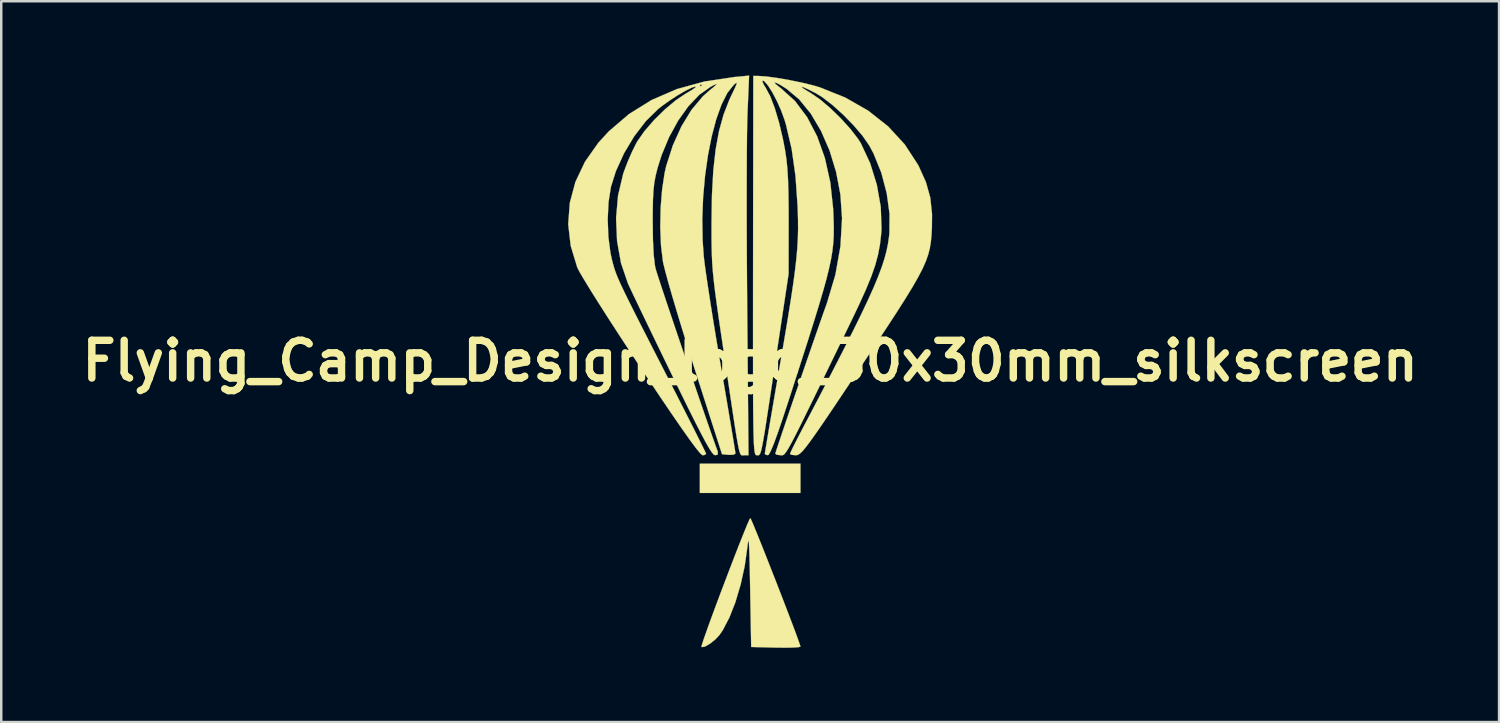
<source format=kicad_pcb>
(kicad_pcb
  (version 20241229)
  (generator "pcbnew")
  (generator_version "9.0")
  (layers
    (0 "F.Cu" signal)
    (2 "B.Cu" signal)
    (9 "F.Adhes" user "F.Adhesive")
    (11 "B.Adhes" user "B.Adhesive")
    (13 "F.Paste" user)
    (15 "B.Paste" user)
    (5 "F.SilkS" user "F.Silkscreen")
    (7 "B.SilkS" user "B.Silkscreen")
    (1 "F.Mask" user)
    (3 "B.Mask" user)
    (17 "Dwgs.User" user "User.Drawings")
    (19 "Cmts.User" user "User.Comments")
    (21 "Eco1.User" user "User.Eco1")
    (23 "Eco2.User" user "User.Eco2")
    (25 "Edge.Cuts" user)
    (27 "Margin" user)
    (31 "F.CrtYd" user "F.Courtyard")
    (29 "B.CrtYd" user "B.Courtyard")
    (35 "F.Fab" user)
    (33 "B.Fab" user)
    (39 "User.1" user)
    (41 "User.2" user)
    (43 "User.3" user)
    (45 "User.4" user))
  (footprint "Flying_Camp_Design_logo_30x30mm_silkscreen"
    (layer "F.Cu")
    (at 27.258 11.533)
    (property "Reference" "Flying_Camp_Design_logo_30x30mm_silkscreen" (at 0 0 0) (layer "F.SilkS") (effects (font (size 1.524 1.524) (thickness 0.3))))
    (attr exclude_from_pos_files exclude_from_bom)
    (fp_poly (pts (xy 2.032 5.334) (xy -2.032 5.334) (xy -2.032 4.149) (xy 2.032 4.149) (xy 2.032 5.334)) (stroke (width 0.01) (type solid)) (fill yes) (layer "F.SilkS"))
    (fp_poly (pts (xy 0.046 6.425) (xy 0.137 6.636) (xy 0.27 6.961) (xy 0.438 7.376) (xy 0.63 7.859) (xy 0.838 8.387) (xy 1.054 8.938) (xy 1.268 9.49) (xy 1.472 10.02) (xy 1.657 10.504) (xy 1.815 10.922) (xy 1.935 11.25) (xy 2.01 11.465) (xy 2.032 11.543) (xy 1.953 11.565) (xy 1.738 11.58) (xy 1.419 11.585) (xy 1.037 11.581) (xy 0.042 11.557) (xy 0 9.186) (xy -0.013 8.506) (xy -0.025 7.984) (xy -0.037 7.61) (xy -0.049 7.374) (xy -0.063 7.265) (xy -0.079 7.273) (xy -0.097 7.387) (xy -0.113 7.533) (xy -0.22 8.289) (xy -0.385 9.039) (xy -0.595 9.746) (xy -0.841 10.372) (xy -1.109 10.883) (xy -1.235 11.067) (xy -1.411 11.256) (xy -1.618 11.421) (xy -1.811 11.534) (xy -1.945 11.563) (xy -1.967 11.552) (xy -1.948 11.466) (xy -1.877 11.245) (xy -1.76 10.912) (xy -1.608 10.49) (xy -1.428 10.001) (xy -1.229 9.468) (xy -1.02 8.915) (xy -0.809 8.362) (xy -0.605 7.834) (xy -0.417 7.353) (xy -0.253 6.941) (xy -0.122 6.621) (xy -0.032 6.417) (xy 0.007 6.35) (xy 0.046 6.425)) (stroke (width 0.01) (type solid)) (fill yes) (layer "F.SilkS"))
    (fp_poly (pts (xy -0.108 -9.976) (xy -0.118 -9.628) (xy -0.127 -9.128) (xy -0.133 -8.496) (xy -0.137 -7.749) (xy -0.139 -6.905) (xy -0.139 -5.984) (xy -0.137 -5.002) (xy -0.132 -3.979) (xy -0.125 -2.932) (xy -0.12 -2.307) (xy -0.067 3.81) (xy -0.243 3.81) (xy -0.29 3.814) (xy -0.328 3.816) (xy -0.362 3.803) (xy -0.394 3.761) (xy -0.426 3.675) (xy -0.462 3.532) (xy -0.504 3.317) (xy -0.556 3.018) (xy -0.62 2.619) (xy -0.698 2.106) (xy -0.794 1.467) (xy -0.91 0.686) (xy -1.031 -0.127) (xy -1.16 -0.993) (xy -1.266 -1.713) (xy -1.351 -2.313) (xy -1.418 -2.813) (xy -1.469 -3.236) (xy -1.506 -3.607) (xy -1.532 -3.946) (xy -1.547 -4.278) (xy -1.556 -4.625) (xy -1.56 -5.01) (xy -1.56 -5.455) (xy -1.56 -5.588) (xy -1.543 -6.711) (xy -1.489 -7.689) (xy -1.394 -8.542) (xy -1.257 -9.29) (xy -1.073 -9.954) (xy -0.84 -10.554) (xy -0.761 -10.722) (xy -0.618 -11.02) (xy -0.548 -11.187) (xy -0.545 -11.242) (xy -0.605 -11.206) (xy -0.665 -11.152) (xy -0.921 -10.829) (xy -1.157 -10.36) (xy -1.369 -9.768) (xy -1.554 -9.074) (xy -1.706 -8.301) (xy -1.823 -7.473) (xy -1.9 -6.611) (xy -1.934 -5.737) (xy -1.92 -4.875) (xy -1.874 -4.224) (xy -1.838 -3.92) (xy -1.776 -3.475) (xy -1.692 -2.911) (xy -1.591 -2.255) (xy -1.475 -1.531) (xy -1.349 -0.762) (xy -1.216 0.025) (xy -1.185 0.208) (xy -1.057 0.953) (xy -0.939 1.646) (xy -0.834 2.269) (xy -0.744 2.806) (xy -0.672 3.238) (xy -0.621 3.546) (xy -0.596 3.714) (xy -0.593 3.739) (xy -0.666 3.788) (xy -0.844 3.796) (xy -0.865 3.794) (xy -1.137 3.768) (xy -2.263 0.254) (xy -2.507 -0.516) (xy -2.74 -1.264) (xy -2.954 -1.968) (xy -3.144 -2.607) (xy -3.303 -3.159) (xy -3.424 -3.604) (xy -3.503 -3.92) (xy -3.524 -4.022) (xy -3.602 -4.669) (xy -3.632 -5.408) (xy -3.616 -6.181) (xy -3.556 -6.932) (xy -3.454 -7.603) (xy -3.392 -7.874) (xy -3.121 -8.715) (xy -2.774 -9.482) (xy -2.366 -10.149) (xy -1.913 -10.687) (xy -1.7 -10.88) (xy -1.463 -11.076) (xy -1.354 -11.176) (xy -1.369 -11.19) (xy -1.503 -11.127) (xy -1.599 -11.076) (xy -2.053 -10.756) (xy -2.495 -10.292) (xy -2.908 -9.712) (xy -3.276 -9.041) (xy -3.581 -8.307) (xy -3.743 -7.789) (xy -3.818 -7.489) (xy -3.871 -7.205) (xy -3.906 -6.9) (xy -3.926 -6.534) (xy -3.935 -6.067) (xy -3.937 -5.63) (xy -3.927 -4.881) (xy -3.897 -4.291) (xy -3.848 -3.864) (xy -3.819 -3.725) (xy -3.774 -3.576) (xy -3.681 -3.288) (xy -3.547 -2.881) (xy -3.379 -2.376) (xy -3.184 -1.795) (xy -2.969 -1.158) (xy -2.741 -0.485) (xy -2.508 0.202) (xy -2.276 0.882) (xy -2.052 1.535) (xy -1.844 2.141) (xy -1.659 2.677) (xy -1.503 3.123) (xy -1.384 3.459) (xy -1.309 3.662) (xy -1.304 3.781) (xy -1.416 3.81) (xy -1.47 3.783) (xy -1.547 3.695) (xy -1.653 3.533) (xy -1.795 3.286) (xy -1.978 2.942) (xy -2.21 2.489) (xy -2.497 1.916) (xy -2.844 1.21) (xy -3.157 0.569) (xy -3.501 -0.139) (xy -3.828 -0.815) (xy -4.131 -1.441) (xy -4.4 -1.999) (xy -4.625 -2.469) (xy -4.798 -2.833) (xy -4.91 -3.072) (xy -4.939 -3.136) (xy -5.217 -3.951) (xy -5.377 -4.844) (xy -5.417 -5.772) (xy -5.336 -6.689) (xy -5.132 -7.552) (xy -5.102 -7.642) (xy -4.948 -8.047) (xy -4.769 -8.458) (xy -4.598 -8.801) (xy -4.561 -8.868) (xy -4.271 -9.283) (xy -3.886 -9.727) (xy -3.449 -10.158) (xy -3.005 -10.531) (xy -2.599 -10.803) (xy -2.579 -10.814) (xy -2.349 -10.948) (xy -2.214 -11.046) (xy -2.2 -11.089) (xy -2.206 -11.089) (xy -2.36 -11.043) (xy -2.61 -10.919) (xy -2.92 -10.738) (xy -3.252 -10.523) (xy -3.567 -10.297) (xy -3.711 -10.184) (xy -4.213 -9.692) (xy -4.685 -9.076) (xy -5.099 -8.384) (xy -5.427 -7.663) (xy -5.626 -7.027) (xy -5.721 -6.422) (xy -5.755 -5.729) (xy -5.729 -5.018) (xy -5.643 -4.358) (xy -5.587 -4.101) (xy -5.546 -3.942) (xy -5.505 -3.796) (xy -5.459 -3.651) (xy -5.4 -3.491) (xy -5.323 -3.304) (xy -5.22 -3.075) (xy -5.085 -2.791) (xy -4.912 -2.438) (xy -4.694 -2.002) (xy -4.424 -1.469) (xy -4.096 -0.826) (xy -3.704 -0.059) (xy -3.279 0.771) (xy -2.946 1.421) (xy -2.64 2.024) (xy -2.367 2.563) (xy -2.136 3.022) (xy -1.956 3.383) (xy -1.834 3.631) (xy -1.78 3.749) (xy -1.778 3.756) (xy -1.848 3.801) (xy -1.926 3.808) (xy -2.009 3.741) (xy -2.174 3.541) (xy -2.424 3.206) (xy -2.758 2.734) (xy -3.179 2.124) (xy -3.687 1.374) (xy -4.283 0.483) (xy -4.428 0.265) (xy -4.898 -0.446) (xy -5.345 -1.129) (xy -5.759 -1.769) (xy -6.129 -2.35) (xy -6.447 -2.855) (xy -6.7 -3.27) (xy -6.881 -3.577) (xy -6.978 -3.762) (xy -6.984 -3.775) (xy -7.25 -4.65) (xy -7.351 -5.524) (xy -7.286 -6.388) (xy -7.06 -7.232) (xy -6.675 -8.045) (xy -6.133 -8.816) (xy -5.716 -9.271) (xy -4.896 -9.974) (xy -3.978 -10.544) (xy -2.96 -10.983) (xy -2.412 -11.134) (xy -2.032 -11.134) (xy -1.99 -11.091) (xy -1.947 -11.134) (xy -1.99 -11.176) (xy -2.032 -11.134) (xy -2.412 -11.134) (xy -1.836 -11.292) (xy -0.635 -11.472) (xy -0.042 -11.528) (xy -0.108 -9.976)) (stroke (width 0.01) (type solid)) (fill yes) (layer "F.SilkS"))
    (fp_poly (pts (xy 0.339 -11.514) (xy 0.659 -11.492) (xy 1.09 -11.434) (xy 1.58 -11.349) (xy 2.077 -11.247) (xy 2.529 -11.138) (xy 2.818 -11.053) (xy 3.848 -10.639) (xy 4.769 -10.112) (xy 5.572 -9.479) (xy 6.246 -8.748) (xy 6.782 -7.925) (xy 6.808 -7.876) (xy 7.101 -7.228) (xy 7.277 -6.601) (xy 7.349 -5.932) (xy 7.344 -5.376) (xy 7.327 -5.081) (xy 7.302 -4.813) (xy 7.26 -4.558) (xy 7.195 -4.301) (xy 7.099 -4.03) (xy 6.966 -3.728) (xy 6.787 -3.384) (xy 6.556 -2.981) (xy 6.266 -2.507) (xy 5.909 -1.946) (xy 5.477 -1.285) (xy 4.965 -0.509) (xy 4.471 0.233) (xy 3.935 1.038) (xy 3.484 1.712) (xy 3.109 2.269) (xy 2.802 2.717) (xy 2.556 3.07) (xy 2.361 3.339) (xy 2.21 3.534) (xy 2.094 3.667) (xy 2.004 3.75) (xy 1.933 3.793) (xy 1.872 3.809) (xy 1.849 3.81) (xy 1.677 3.794) (xy 1.609 3.757) (xy 1.646 3.667) (xy 1.748 3.456) (xy 1.901 3.153) (xy 2.09 2.787) (xy 2.148 2.678) (xy 2.755 1.519) (xy 3.286 0.497) (xy 3.747 -0.4) (xy 4.142 -1.182) (xy 4.477 -1.863) (xy 4.757 -2.453) (xy 4.988 -2.965) (xy 5.173 -3.41) (xy 5.319 -3.799) (xy 5.431 -4.144) (xy 5.514 -4.458) (xy 5.573 -4.751) (xy 5.613 -5.035) (xy 5.626 -5.165) (xy 5.632 -5.944) (xy 5.518 -6.777) (xy 5.299 -7.607) (xy 4.986 -8.38) (xy 4.811 -8.707) (xy 4.542 -9.094) (xy 4.177 -9.523) (xy 3.756 -9.953) (xy 3.318 -10.347) (xy 2.904 -10.664) (xy 2.655 -10.817) (xy 2.342 -10.975) (xy 2.143 -11.063) (xy 2.068 -11.079) (xy 2.126 -11.024) (xy 2.324 -10.897) (xy 2.455 -10.82) (xy 2.825 -10.565) (xy 3.243 -10.21) (xy 3.666 -9.798) (xy 4.053 -9.37) (xy 4.361 -8.97) (xy 4.475 -8.789) (xy 4.848 -7.991) (xy 5.119 -7.118) (xy 5.277 -6.222) (xy 5.308 -5.354) (xy 5.295 -5.141) (xy 5.245 -4.709) (xy 5.168 -4.296) (xy 5.054 -3.873) (xy 4.894 -3.412) (xy 4.677 -2.884) (xy 4.393 -2.259) (xy 4.121 -1.689) (xy 3.613 -0.641) (xy 3.174 0.264) (xy 2.798 1.038) (xy 2.48 1.69) (xy 2.214 2.232) (xy 1.996 2.673) (xy 1.819 3.023) (xy 1.678 3.293) (xy 1.568 3.494) (xy 1.483 3.635) (xy 1.418 3.727) (xy 1.368 3.78) (xy 1.327 3.805) (xy 1.289 3.812) (xy 1.25 3.81) (xy 1.232 3.81) (xy 1.071 3.789) (xy 1.016 3.747) (xy 1.043 3.656) (xy 1.118 3.427) (xy 1.234 3.08) (xy 1.384 2.637) (xy 1.56 2.117) (xy 1.756 1.544) (xy 1.964 0.937) (xy 2.177 0.318) (xy 2.387 -0.291) (xy 2.588 -0.871) (xy 2.772 -1.4) (xy 2.932 -1.857) (xy 3.061 -2.22) (xy 3.1 -2.328) (xy 3.444 -3.48) (xy 3.649 -4.635) (xy 3.713 -5.764) (xy 3.647 -6.725) (xy 3.472 -7.642) (xy 3.207 -8.507) (xy 2.862 -9.298) (xy 2.45 -9.993) (xy 1.982 -10.567) (xy 1.469 -10.997) (xy 1.469 -10.997) (xy 1.213 -11.157) (xy 1.045 -11.241) (xy 0.983 -11.248) (xy 1.039 -11.177) (xy 1.228 -11.027) (xy 1.239 -11.02) (xy 1.809 -10.506) (xy 2.3 -9.853) (xy 2.706 -9.077) (xy 3.021 -8.192) (xy 3.239 -7.212) (xy 3.353 -6.153) (xy 3.36 -6.011) (xy 3.373 -5.664) (xy 3.379 -5.348) (xy 3.375 -5.05) (xy 3.358 -4.755) (xy 3.324 -4.449) (xy 3.269 -4.117) (xy 3.19 -3.745) (xy 3.084 -3.317) (xy 2.947 -2.821) (xy 2.776 -2.24) (xy 2.567 -1.561) (xy 2.317 -0.77) (xy 2.022 0.149) (xy 1.68 1.21) (xy 1.558 1.587) (xy 1.316 2.323) (xy 1.118 2.902) (xy 0.961 3.333) (xy 0.841 3.622) (xy 0.757 3.777) (xy 0.716 3.81) (xy 0.606 3.775) (xy 0.593 3.747) (xy 0.608 3.652) (xy 0.648 3.408) (xy 0.711 3.034) (xy 0.793 2.547) (xy 0.893 1.964) (xy 1.006 1.305) (xy 1.13 0.587) (xy 1.18 0.296) (xy 1.359 -0.745) (xy 1.51 -1.639) (xy 1.633 -2.404) (xy 1.732 -3.059) (xy 1.809 -3.623) (xy 1.866 -4.114) (xy 1.905 -4.553) (xy 1.928 -4.957) (xy 1.937 -5.345) (xy 1.934 -5.736) (xy 1.922 -6.149) (xy 1.919 -6.223) (xy 1.833 -7.467) (xy 1.677 -8.568) (xy 1.449 -9.542) (xy 1.391 -9.737) (xy 1.251 -10.121) (xy 1.079 -10.506) (xy 0.896 -10.854) (xy 0.72 -11.13) (xy 0.572 -11.298) (xy 0.519 -11.329) (xy 0.491 -11.292) (xy 0.556 -11.151) (xy 0.627 -11.038) (xy 0.811 -10.695) (xy 0.995 -10.213) (xy 1.171 -9.622) (xy 1.327 -8.954) (xy 1.412 -8.509) (xy 1.464 -8.161) (xy 1.503 -7.78) (xy 1.53 -7.338) (xy 1.547 -6.805) (xy 1.555 -6.153) (xy 1.556 -5.588) (xy 1.553 -3.514) (xy 1.03 -0.042) (xy 0.894 0.862) (xy 0.781 1.612) (xy 0.687 2.224) (xy 0.612 2.711) (xy 0.55 3.087) (xy 0.5 3.366) (xy 0.459 3.564) (xy 0.424 3.693) (xy 0.392 3.768) (xy 0.36 3.803) (xy 0.326 3.813) (xy 0.286 3.811) (xy 0.265 3.81) (xy 0.238 3.805) (xy 0.215 3.783) (xy 0.195 3.733) (xy 0.177 3.646) (xy 0.163 3.51) (xy 0.15 3.317) (xy 0.14 3.055) (xy 0.132 2.715) (xy 0.126 2.286) (xy 0.121 1.757) (xy 0.118 1.12) (xy 0.117 0.362) (xy 0.116 -0.525) (xy 0.116 -1.553) (xy 0.117 -2.731) (xy 0.118 -3.852) (xy 0.127 -11.515) (xy 0.339 -11.514)) (stroke (width 0.01) (type solid)) (fill yes) (layer "F.SilkS")))
  (gr_rect
    (start -3 -3)
    (end 57.516 26.123)
    (stroke (width 0.1) (type default))
    (fill no)
    (layer "Edge.Cuts")))
</source>
